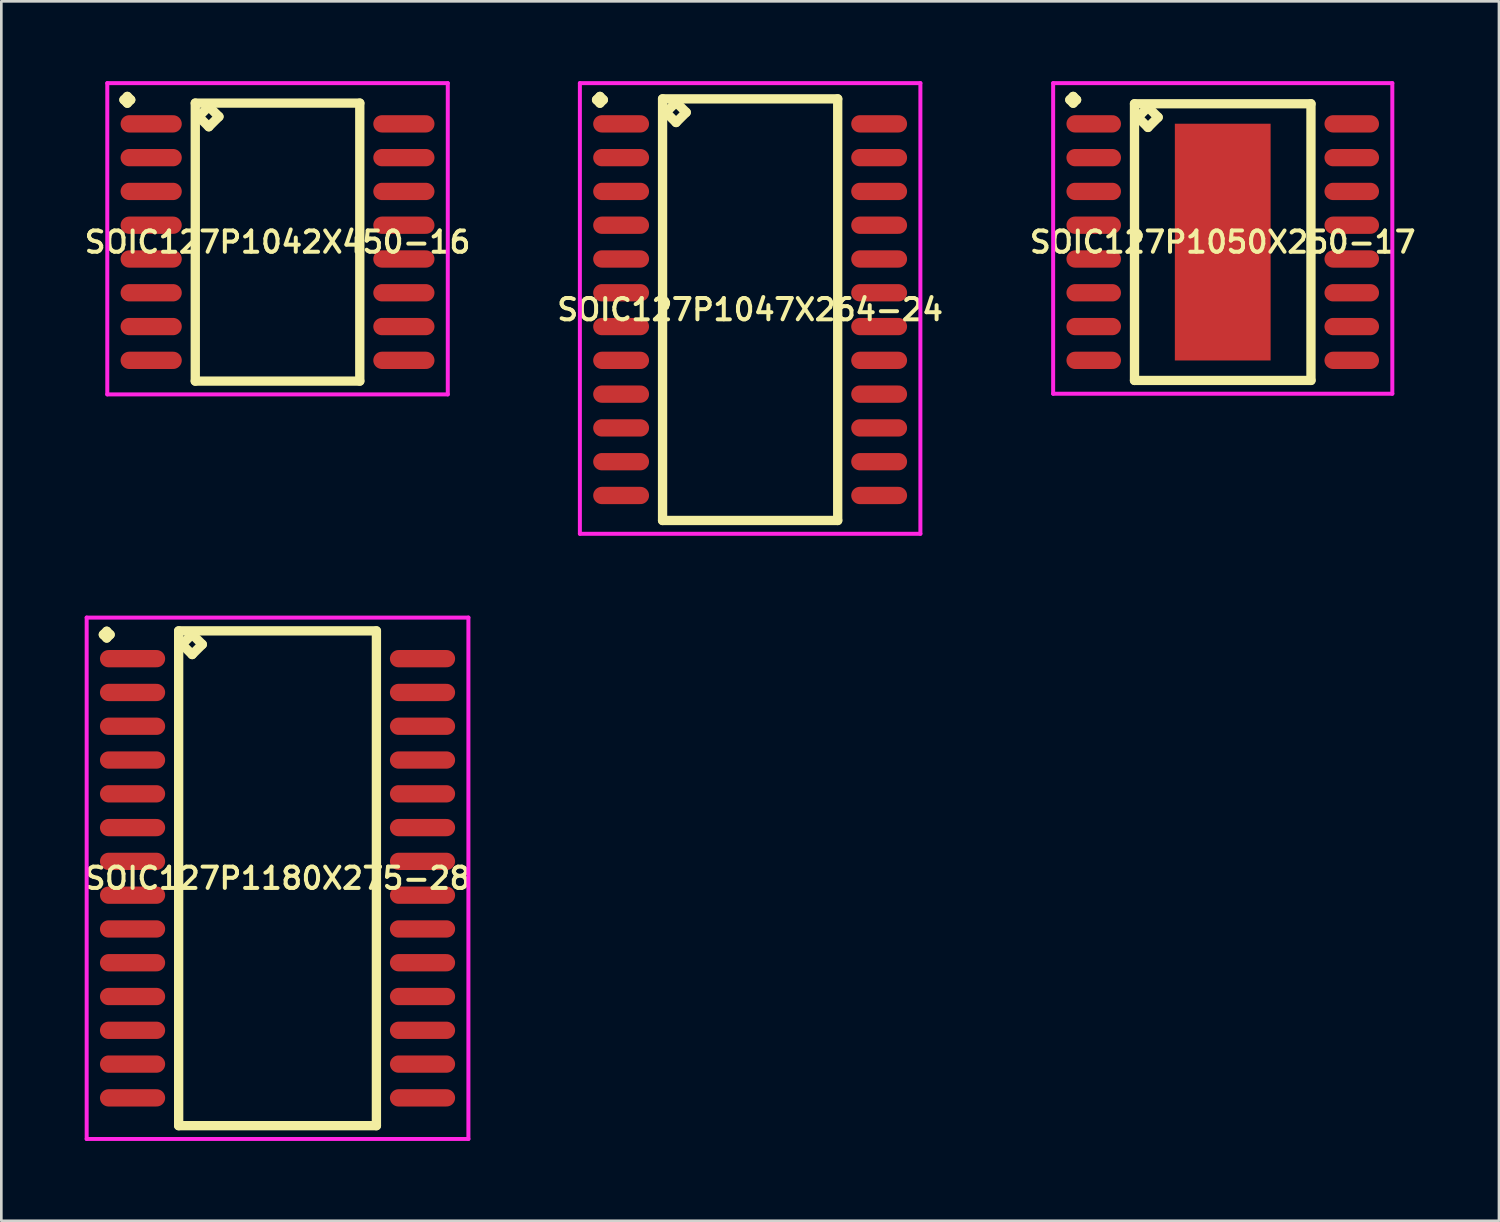
<source format=kicad_pcb>
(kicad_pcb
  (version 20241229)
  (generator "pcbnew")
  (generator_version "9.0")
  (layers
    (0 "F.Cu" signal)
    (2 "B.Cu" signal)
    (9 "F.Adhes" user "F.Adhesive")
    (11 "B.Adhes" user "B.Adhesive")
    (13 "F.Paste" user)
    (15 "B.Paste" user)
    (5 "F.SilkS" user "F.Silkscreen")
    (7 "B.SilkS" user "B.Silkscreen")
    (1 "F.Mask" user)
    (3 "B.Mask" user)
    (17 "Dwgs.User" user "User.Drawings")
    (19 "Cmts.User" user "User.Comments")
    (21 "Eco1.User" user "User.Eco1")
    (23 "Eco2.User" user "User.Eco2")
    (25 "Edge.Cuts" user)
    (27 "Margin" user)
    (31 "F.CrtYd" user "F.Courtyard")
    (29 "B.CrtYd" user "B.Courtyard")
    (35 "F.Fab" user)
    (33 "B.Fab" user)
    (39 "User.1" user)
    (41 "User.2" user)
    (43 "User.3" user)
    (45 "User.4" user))
  (footprint "SOIC127P1042X450-16"
    (layer "F.Cu")
    (at 7.383 6.051)
    (property "Reference" "SOIC127P1042X450-16" (at 0 0 0) (layer "F.SilkS") (effects (font (size 0.8 0.8) (thickness 0.15))))
    (attr smd)
    (fp_line (start -5.773 -5.349) (end -5.646 -5.476) (stroke (width 0.35) (type solid)) (layer "F.SilkS"))
    (fp_line (start -5.646 -5.476) (end -5.519 -5.349) (stroke (width 0.35) (type solid)) (layer "F.SilkS"))
    (fp_line (start -5.646 -5.222) (end -5.773 -5.349) (stroke (width 0.35) (type solid)) (layer "F.SilkS"))
    (fp_line (start -5.519 -5.349) (end -5.646 -5.222) (stroke (width 0.35) (type solid)) (layer "F.SilkS"))
    (fp_line (start -3.092 -5.225) (end -3.092 5.225) (stroke (width 0.35) (type solid)) (layer "F.SilkS"))
    (fp_line (start -3.092 5.225) (end 3.092 5.225) (stroke (width 0.35) (type solid)) (layer "F.SilkS"))
    (fp_line (start -2.965 -4.717) (end -2.584 -5.098) (stroke (width 0.35) (type solid)) (layer "F.SilkS"))
    (fp_line (start -2.584 -5.098) (end -2.203 -4.717) (stroke (width 0.35) (type solid)) (layer "F.SilkS"))
    (fp_line (start -2.584 -4.336) (end -2.965 -4.717) (stroke (width 0.35) (type solid)) (layer "F.SilkS"))
    (fp_line (start -2.203 -4.717) (end -2.584 -4.336) (stroke (width 0.35) (type solid)) (layer "F.SilkS"))
    (fp_line (start 3.092 -5.225) (end -3.092 -5.225) (stroke (width 0.35) (type solid)) (layer "F.SilkS"))
    (fp_line (start 3.092 5.225) (end 3.092 -5.225) (stroke (width 0.35) (type solid)) (layer "F.SilkS"))
    (fp_line (start -6.4 -5.976) (end 6.4 -5.976) (stroke (width 0.15) (type solid)) (layer "F.CrtYd"))
    (fp_line (start -6.4 5.725) (end -6.4 -5.976) (stroke (width 0.15) (type solid)) (layer "F.CrtYd"))
    (fp_line (start 6.4 -5.976) (end 6.4 5.725) (stroke (width 0.15) (type solid)) (layer "F.CrtYd"))
    (fp_line (start 6.4 5.725) (end -6.4 5.725) (stroke (width 0.15) (type solid)) (layer "F.CrtYd"))
    (pad "1" smd oval (at -4.75 -4.445) (size 2.3 0.65) (layers "F.Cu" "F.Mask" "F.Paste"))
    (pad "2" smd oval (at -4.75 -3.175) (size 2.3 0.65) (layers "F.Cu" "F.Mask" "F.Paste"))
    (pad "3" smd oval (at -4.75 -1.905) (size 2.3 0.65) (layers "F.Cu" "F.Mask" "F.Paste"))
    (pad "4" smd oval (at -4.75 -0.635) (size 2.3 0.65) (layers "F.Cu" "F.Mask" "F.Paste"))
    (pad "5" smd oval (at -4.75 0.635) (size 2.3 0.65) (layers "F.Cu" "F.Mask" "F.Paste"))
    (pad "6" smd oval (at -4.75 1.905) (size 2.3 0.65) (layers "F.Cu" "F.Mask" "F.Paste"))
    (pad "7" smd oval (at -4.75 3.175) (size 2.3 0.65) (layers "F.Cu" "F.Mask" "F.Paste"))
    (pad "8" smd oval (at -4.75 4.445) (size 2.3 0.65) (layers "F.Cu" "F.Mask" "F.Paste"))
    (pad "9" smd oval (at 4.75 4.445) (size 2.3 0.65) (layers "F.Cu" "F.Mask" "F.Paste"))
    (pad "10" smd oval (at 4.75 3.175) (size 2.3 0.65) (layers "F.Cu" "F.Mask" "F.Paste"))
    (pad "11" smd oval (at 4.75 1.905) (size 2.3 0.65) (layers "F.Cu" "F.Mask" "F.Paste"))
    (pad "12" smd oval (at 4.75 0.635) (size 2.3 0.65) (layers "F.Cu" "F.Mask" "F.Paste"))
    (pad "13" smd oval (at 4.75 -0.635) (size 2.3 0.65) (layers "F.Cu" "F.Mask" "F.Paste"))
    (pad "14" smd oval (at 4.75 -1.905) (size 2.3 0.65) (layers "F.Cu" "F.Mask" "F.Paste"))
    (pad "15" smd oval (at 4.75 -3.175) (size 2.3 0.65) (layers "F.Cu" "F.Mask" "F.Paste"))
    (pad "16" smd oval (at 4.75 -4.445) (size 2.3 0.65) (layers "F.Cu" "F.Mask" "F.Paste")))
  (footprint "SOIC127P1047X264-24"
    (layer "F.Cu")
    (at 25.149 8.591)
    (property "Reference" "SOIC127P1047X264-24" (at 0 0 0) (layer "F.SilkS") (effects (font (size 0.8 0.8) (thickness 0.15))))
    (attr through_hole)
    (fp_line (start -5.773 -7.889) (end -5.646 -8.016) (stroke (width 0.35) (type solid)) (layer "F.SilkS"))
    (fp_line (start -5.646 -8.016) (end -5.519 -7.889) (stroke (width 0.35) (type solid)) (layer "F.SilkS"))
    (fp_line (start -5.646 -7.762) (end -5.773 -7.889) (stroke (width 0.35) (type solid)) (layer "F.SilkS"))
    (fp_line (start -5.519 -7.889) (end -5.646 -7.762) (stroke (width 0.35) (type solid)) (layer "F.SilkS"))
    (fp_line (start -3.292 -7.925) (end -3.292 7.925) (stroke (width 0.35) (type solid)) (layer "F.SilkS"))
    (fp_line (start -3.292 7.925) (end 3.292 7.925) (stroke (width 0.35) (type solid)) (layer "F.SilkS"))
    (fp_line (start -3.165 -7.417) (end -2.784 -7.798) (stroke (width 0.35) (type solid)) (layer "F.SilkS"))
    (fp_line (start -2.784 -7.798) (end -2.403 -7.417) (stroke (width 0.35) (type solid)) (layer "F.SilkS"))
    (fp_line (start -2.784 -7.036) (end -3.165 -7.417) (stroke (width 0.35) (type solid)) (layer "F.SilkS"))
    (fp_line (start -2.403 -7.417) (end -2.784 -7.036) (stroke (width 0.35) (type solid)) (layer "F.SilkS"))
    (fp_line (start 3.292 -7.925) (end -3.292 -7.925) (stroke (width 0.35) (type solid)) (layer "F.SilkS"))
    (fp_line (start 3.292 7.925) (end 3.292 -7.925) (stroke (width 0.35) (type solid)) (layer "F.SilkS"))
    (fp_line (start -6.4 -8.516) (end 6.4 -8.516) (stroke (width 0.15) (type solid)) (layer "F.CrtYd"))
    (fp_line (start -6.4 8.425) (end -6.4 -8.516) (stroke (width 0.15) (type solid)) (layer "F.CrtYd"))
    (fp_line (start 6.4 -8.516) (end 6.4 8.425) (stroke (width 0.15) (type solid)) (layer "F.CrtYd"))
    (fp_line (start 6.4 8.425) (end -6.4 8.425) (stroke (width 0.15) (type solid)) (layer "F.CrtYd"))
    (pad "1" smd oval (at -4.85 -6.985) (size 2.1 0.65) (layers "F.Cu" "F.Mask" "F.Paste"))
    (pad "2" smd oval (at -4.85 -5.715) (size 2.1 0.65) (layers "F.Cu" "F.Mask" "F.Paste"))
    (pad "3" smd oval (at -4.85 -4.445) (size 2.1 0.65) (layers "F.Cu" "F.Mask" "F.Paste"))
    (pad "4" smd oval (at -4.85 -3.175) (size 2.1 0.65) (layers "F.Cu" "F.Mask" "F.Paste"))
    (pad "5" smd oval (at -4.85 -1.905) (size 2.1 0.65) (layers "F.Cu" "F.Mask" "F.Paste"))
    (pad "6" smd oval (at -4.85 -0.635) (size 2.1 0.65) (layers "F.Cu" "F.Mask" "F.Paste"))
    (pad "7" smd oval (at -4.85 0.635) (size 2.1 0.65) (layers "F.Cu" "F.Mask" "F.Paste"))
    (pad "8" smd oval (at -4.85 1.905) (size 2.1 0.65) (layers "F.Cu" "F.Mask" "F.Paste"))
    (pad "9" smd oval (at -4.85 3.175) (size 2.1 0.65) (layers "F.Cu" "F.Mask" "F.Paste"))
    (pad "10" smd oval (at -4.85 4.445) (size 2.1 0.65) (layers "F.Cu" "F.Mask" "F.Paste"))
    (pad "11" smd oval (at -4.85 5.715) (size 2.1 0.65) (layers "F.Cu" "F.Mask" "F.Paste"))
    (pad "12" smd oval (at -4.85 6.985) (size 2.1 0.65) (layers "F.Cu" "F.Mask" "F.Paste"))
    (pad "13" smd oval (at 4.85 6.985) (size 2.1 0.65) (layers "F.Cu" "F.Mask" "F.Paste"))
    (pad "14" smd oval (at 4.85 5.715) (size 2.1 0.65) (layers "F.Cu" "F.Mask" "F.Paste"))
    (pad "15" smd oval (at 4.85 4.445) (size 2.1 0.65) (layers "F.Cu" "F.Mask" "F.Paste"))
    (pad "16" smd oval (at 4.85 3.175) (size 2.1 0.65) (layers "F.Cu" "F.Mask" "F.Paste"))
    (pad "17" smd oval (at 4.85 1.905) (size 2.1 0.65) (layers "F.Cu" "F.Mask" "F.Paste"))
    (pad "18" smd oval (at 4.85 0.635) (size 2.1 0.65) (layers "F.Cu" "F.Mask" "F.Paste"))
    (pad "19" smd oval (at 4.85 -0.635) (size 2.1 0.65) (layers "F.Cu" "F.Mask" "F.Paste"))
    (pad "20" smd oval (at 4.85 -1.905) (size 2.1 0.65) (layers "F.Cu" "F.Mask" "F.Paste"))
    (pad "21" smd oval (at 4.85 -3.175) (size 2.1 0.65) (layers "F.Cu" "F.Mask" "F.Paste"))
    (pad "22" smd oval (at 4.85 -4.445) (size 2.1 0.65) (layers "F.Cu" "F.Mask" "F.Paste"))
    (pad "23" smd oval (at 4.85 -5.715) (size 2.1 0.65) (layers "F.Cu" "F.Mask" "F.Paste"))
    (pad "24" smd oval (at 4.85 -6.985) (size 2.1 0.65) (layers "F.Cu" "F.Mask" "F.Paste")))
  (footprint "SOIC127P1050X250-17"
    (layer "F.Cu")
    (at 42.915 6.051)
    (property "Reference" "SOIC127P1050X250-17" (at 0 0 0) (layer "F.SilkS") (effects (font (size 0.8 0.8) (thickness 0.15))))
    (attr smd)
    (fp_line (start -5.748 -5.349) (end -5.621 -5.476) (stroke (width 0.35) (type solid)) (layer "F.SilkS"))
    (fp_line (start -5.621 -5.476) (end -5.494 -5.349) (stroke (width 0.35) (type solid)) (layer "F.SilkS"))
    (fp_line (start -5.621 -5.222) (end -5.748 -5.349) (stroke (width 0.35) (type solid)) (layer "F.SilkS"))
    (fp_line (start -5.494 -5.349) (end -5.621 -5.222) (stroke (width 0.35) (type solid)) (layer "F.SilkS"))
    (fp_line (start -3.317 -5.2) (end -3.317 5.2) (stroke (width 0.35) (type solid)) (layer "F.SilkS"))
    (fp_line (start -3.317 5.2) (end 3.317 5.2) (stroke (width 0.35) (type solid)) (layer "F.SilkS"))
    (fp_line (start -3.19 -4.692) (end -2.809 -5.073) (stroke (width 0.35) (type solid)) (layer "F.SilkS"))
    (fp_line (start -2.809 -5.073) (end -2.428 -4.692) (stroke (width 0.35) (type solid)) (layer "F.SilkS"))
    (fp_line (start -2.809 -4.311) (end -3.19 -4.692) (stroke (width 0.35) (type solid)) (layer "F.SilkS"))
    (fp_line (start -2.428 -4.692) (end -2.809 -4.311) (stroke (width 0.35) (type solid)) (layer "F.SilkS"))
    (fp_line (start 3.317 -5.2) (end -3.317 -5.2) (stroke (width 0.35) (type solid)) (layer "F.SilkS"))
    (fp_line (start 3.317 5.2) (end 3.317 -5.2) (stroke (width 0.35) (type solid)) (layer "F.SilkS"))
    (fp_line (start -6.375 -5.976) (end 6.375 -5.976) (stroke (width 0.15) (type solid)) (layer "F.CrtYd"))
    (fp_line (start -6.375 5.7) (end -6.375 -5.976) (stroke (width 0.15) (type solid)) (layer "F.CrtYd"))
    (fp_line (start 6.375 -5.976) (end 6.375 5.7) (stroke (width 0.15) (type solid)) (layer "F.CrtYd"))
    (fp_line (start 6.375 5.7) (end -6.375 5.7) (stroke (width 0.15) (type solid)) (layer "F.CrtYd"))
    (pad "1" smd oval (at -4.85 -4.445) (size 2.05 0.65) (layers "F.Cu" "F.Mask" "F.Paste"))
    (pad "2" smd oval (at -4.85 -3.175) (size 2.05 0.65) (layers "F.Cu" "F.Mask" "F.Paste"))
    (pad "3" smd oval (at -4.85 -1.905) (size 2.05 0.65) (layers "F.Cu" "F.Mask" "F.Paste"))
    (pad "4" smd oval (at -4.85 -0.635) (size 2.05 0.65) (layers "F.Cu" "F.Mask" "F.Paste"))
    (pad "5" smd oval (at -4.85 0.635) (size 2.05 0.65) (layers "F.Cu" "F.Mask" "F.Paste"))
    (pad "6" smd oval (at -4.85 1.905) (size 2.05 0.65) (layers "F.Cu" "F.Mask" "F.Paste"))
    (pad "7" smd oval (at -4.85 3.175) (size 2.05 0.65) (layers "F.Cu" "F.Mask" "F.Paste"))
    (pad "8" smd oval (at -4.85 4.445) (size 2.05 0.65) (layers "F.Cu" "F.Mask" "F.Paste"))
    (pad "9" smd oval (at 4.85 4.445) (size 2.05 0.65) (layers "F.Cu" "F.Mask" "F.Paste"))
    (pad "10" smd oval (at 4.85 3.175) (size 2.05 0.65) (layers "F.Cu" "F.Mask" "F.Paste"))
    (pad "11" smd oval (at 4.85 1.905) (size 2.05 0.65) (layers "F.Cu" "F.Mask" "F.Paste"))
    (pad "12" smd oval (at 4.85 0.635) (size 2.05 0.65) (layers "F.Cu" "F.Mask" "F.Paste"))
    (pad "13" smd oval (at 4.85 -0.635) (size 2.05 0.65) (layers "F.Cu" "F.Mask" "F.Paste"))
    (pad "14" smd oval (at 4.85 -1.905) (size 2.05 0.65) (layers "F.Cu" "F.Mask" "F.Paste"))
    (pad "15" smd oval (at 4.85 -3.175) (size 2.05 0.65) (layers "F.Cu" "F.Mask" "F.Paste"))
    (pad "16" smd oval (at 4.85 -4.445) (size 2.05 0.65) (layers "F.Cu" "F.Mask" "F.Paste"))
    (pad "17" smd rect (at 0 0) (size 3.6 8.9) (layers "F.Cu" "F.Mask" "F.Paste")))
  (footprint "SOIC127P1180X275-28"
    (layer "F.Cu")
    (at 7.383 29.966)
    (property "Reference" "SOIC127P1180X275-28" (at 0 0 0) (layer "F.SilkS") (effects (font (size 0.8 0.8) (thickness 0.15))))
    (attr smd)
    (fp_line (start -6.548 -9.159) (end -6.421 -9.286) (stroke (width 0.35) (type solid)) (layer "F.SilkS"))
    (fp_line (start -6.421 -9.286) (end -6.294 -9.159) (stroke (width 0.35) (type solid)) (layer "F.SilkS"))
    (fp_line (start -6.421 -9.032) (end -6.548 -9.159) (stroke (width 0.35) (type solid)) (layer "F.SilkS"))
    (fp_line (start -6.294 -9.159) (end -6.421 -9.032) (stroke (width 0.35) (type solid)) (layer "F.SilkS"))
    (fp_line (start -3.717 -9.3) (end -3.717 9.3) (stroke (width 0.35) (type solid)) (layer "F.SilkS"))
    (fp_line (start -3.717 9.3) (end 3.717 9.3) (stroke (width 0.35) (type solid)) (layer "F.SilkS"))
    (fp_line (start -3.59 -8.792) (end -3.209 -9.173) (stroke (width 0.35) (type solid)) (layer "F.SilkS"))
    (fp_line (start -3.209 -9.173) (end -2.828 -8.792) (stroke (width 0.35) (type solid)) (layer "F.SilkS"))
    (fp_line (start -3.209 -8.411) (end -3.59 -8.792) (stroke (width 0.35) (type solid)) (layer "F.SilkS"))
    (fp_line (start -2.828 -8.792) (end -3.209 -8.411) (stroke (width 0.35) (type solid)) (layer "F.SilkS"))
    (fp_line (start 3.717 -9.3) (end -3.717 -9.3) (stroke (width 0.35) (type solid)) (layer "F.SilkS"))
    (fp_line (start 3.717 9.3) (end 3.717 -9.3) (stroke (width 0.35) (type solid)) (layer "F.SilkS"))
    (fp_line (start -7.175 -9.8) (end 7.175 -9.8) (stroke (width 0.15) (type solid)) (layer "F.CrtYd"))
    (fp_line (start -7.175 9.8) (end -7.175 -9.8) (stroke (width 0.15) (type solid)) (layer "F.CrtYd"))
    (fp_line (start 7.175 -9.8) (end 7.175 9.8) (stroke (width 0.15) (type solid)) (layer "F.CrtYd"))
    (fp_line (start 7.175 9.8) (end -7.175 9.8) (stroke (width 0.15) (type solid)) (layer "F.CrtYd"))
    (pad "1" smd oval (at -5.45 -8.255) (size 2.45 0.65) (layers "F.Cu" "F.Mask" "F.Paste"))
    (pad "2" smd oval (at -5.45 -6.985) (size 2.45 0.65) (layers "F.Cu" "F.Mask" "F.Paste"))
    (pad "3" smd oval (at -5.45 -5.715) (size 2.45 0.65) (layers "F.Cu" "F.Mask" "F.Paste"))
    (pad "4" smd oval (at -5.45 -4.445) (size 2.45 0.65) (layers "F.Cu" "F.Mask" "F.Paste"))
    (pad "5" smd oval (at -5.45 -3.175) (size 2.45 0.65) (layers "F.Cu" "F.Mask" "F.Paste"))
    (pad "6" smd oval (at -5.45 -1.905) (size 2.45 0.65) (layers "F.Cu" "F.Mask" "F.Paste"))
    (pad "7" smd oval (at -5.45 -0.635) (size 2.45 0.65) (layers "F.Cu" "F.Mask" "F.Paste"))
    (pad "8" smd oval (at -5.45 0.635) (size 2.45 0.65) (layers "F.Cu" "F.Mask" "F.Paste"))
    (pad "9" smd oval (at -5.45 1.905) (size 2.45 0.65) (layers "F.Cu" "F.Mask" "F.Paste"))
    (pad "10" smd oval (at -5.45 3.175) (size 2.45 0.65) (layers "F.Cu" "F.Mask" "F.Paste"))
    (pad "11" smd oval (at -5.45 4.445) (size 2.45 0.65) (layers "F.Cu" "F.Mask" "F.Paste"))
    (pad "12" smd oval (at -5.45 5.715) (size 2.45 0.65) (layers "F.Cu" "F.Mask" "F.Paste"))
    (pad "13" smd oval (at -5.45 6.985) (size 2.45 0.65) (layers "F.Cu" "F.Mask" "F.Paste"))
    (pad "14" smd oval (at -5.45 8.255) (size 2.45 0.65) (layers "F.Cu" "F.Mask" "F.Paste"))
    (pad "15" smd oval (at 5.45 8.255) (size 2.45 0.65) (layers "F.Cu" "F.Mask" "F.Paste"))
    (pad "16" smd oval (at 5.45 6.985) (size 2.45 0.65) (layers "F.Cu" "F.Mask" "F.Paste"))
    (pad "17" smd oval (at 5.45 5.715) (size 2.45 0.65) (layers "F.Cu" "F.Mask" "F.Paste"))
    (pad "18" smd oval (at 5.45 4.445) (size 2.45 0.65) (layers "F.Cu" "F.Mask" "F.Paste"))
    (pad "19" smd oval (at 5.45 3.175) (size 2.45 0.65) (layers "F.Cu" "F.Mask" "F.Paste"))
    (pad "20" smd oval (at 5.45 1.905) (size 2.45 0.65) (layers "F.Cu" "F.Mask" "F.Paste"))
    (pad "21" smd oval (at 5.45 0.635) (size 2.45 0.65) (layers "F.Cu" "F.Mask" "F.Paste"))
    (pad "22" smd oval (at 5.45 -0.635) (size 2.45 0.65) (layers "F.Cu" "F.Mask" "F.Paste"))
    (pad "23" smd oval (at 5.45 -1.905) (size 2.45 0.65) (layers "F.Cu" "F.Mask" "F.Paste"))
    (pad "24" smd oval (at 5.45 -3.175) (size 2.45 0.65) (layers "F.Cu" "F.Mask" "F.Paste"))
    (pad "25" smd oval (at 5.45 -4.445) (size 2.45 0.65) (layers "F.Cu" "F.Mask" "F.Paste"))
    (pad "26" smd oval (at 5.45 -5.715) (size 2.45 0.65) (layers "F.Cu" "F.Mask" "F.Paste"))
    (pad "27" smd oval (at 5.45 -6.985) (size 2.45 0.65) (layers "F.Cu" "F.Mask" "F.Paste"))
    (pad "28" smd oval (at 5.45 -8.255) (size 2.45 0.65) (layers "F.Cu" "F.Mask" "F.Paste")))
  (gr_rect
    (start -3 -3)
    (end 53.299 42.841)
    (stroke (width 0.1) (type default))
    (fill no)
    (layer "Edge.Cuts")))
</source>
